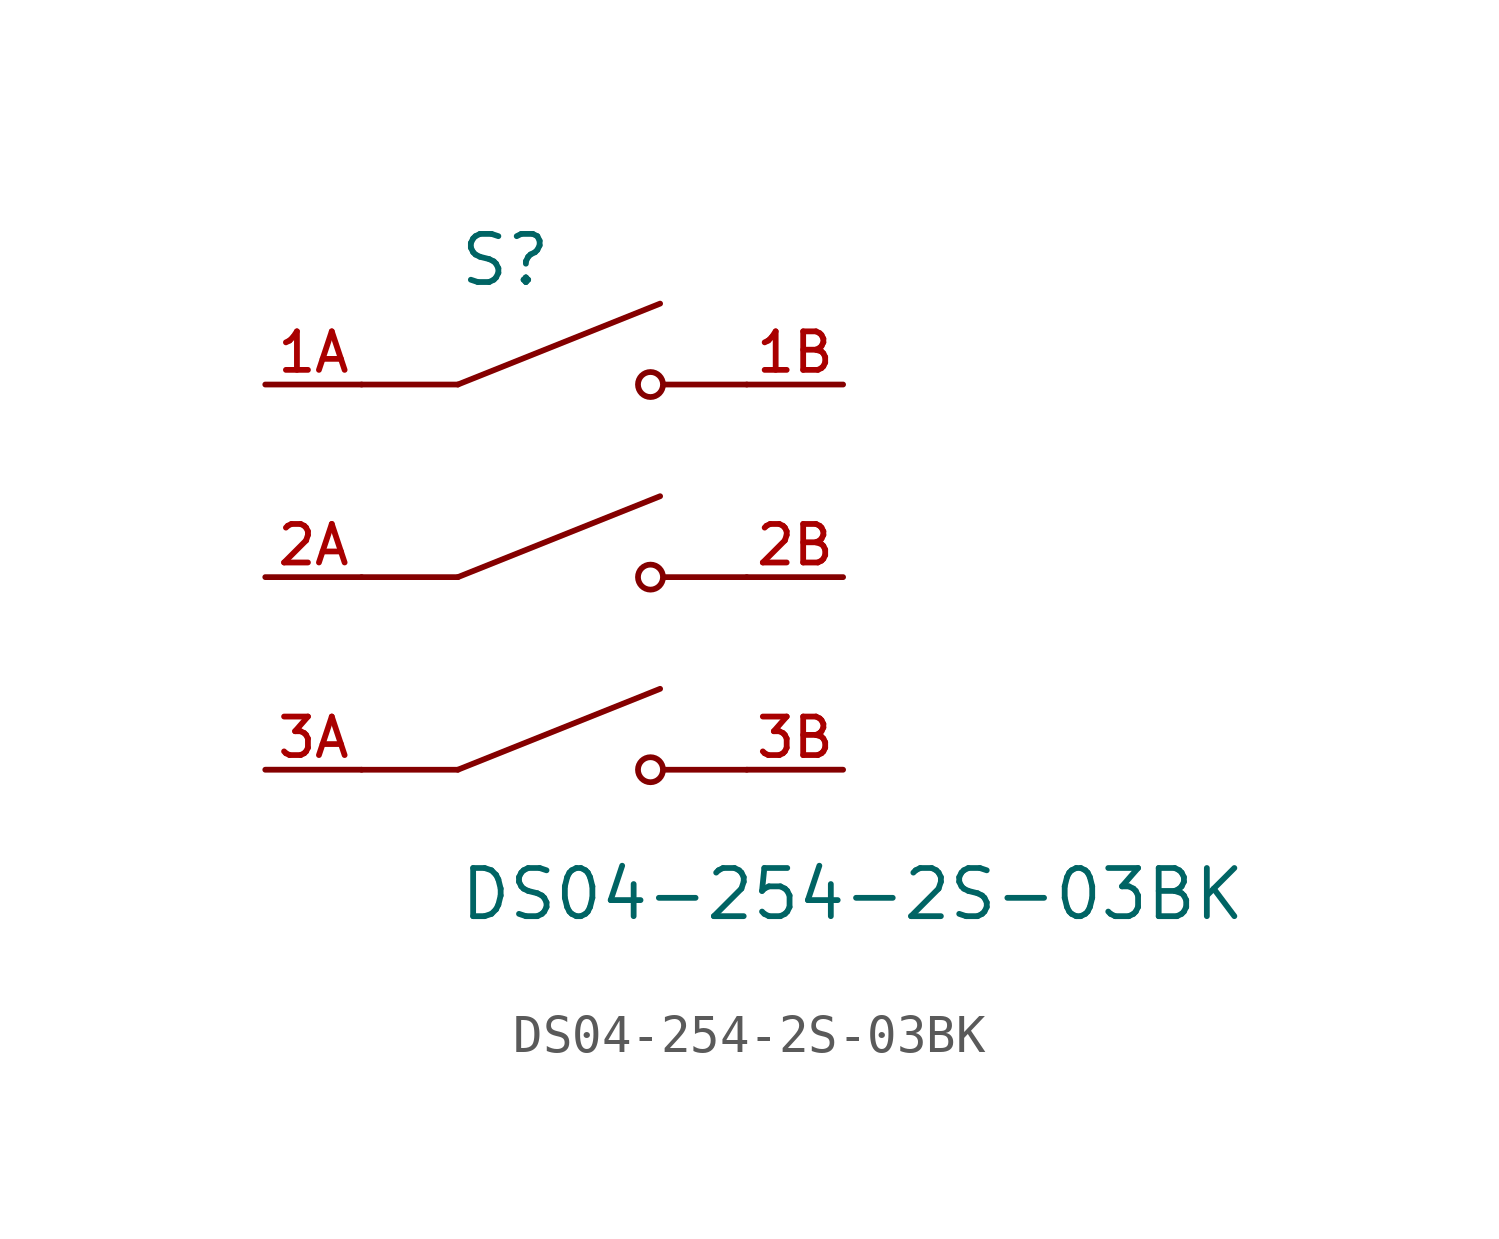
<source format=kicad_sym>
(kicad_symbol_lib
  (version 20211014)
  (generator kicad_symbol_editor)
  (symbol "DS04-254-2S-03BK"
    (pin_names
      (offset 1.016))
    (property "Reference" "S"
      (at -2.54 7.62 0)
      (effects (font (size 1.27 1.27)) (justify bottom left)))
    (property "Value" "DS04-254-2S-03BK"
      (at -2.54 -7.62 0)
      (effects (font (size 1.27 1.27)) (justify top left)))
    (symbol "DS04-254-2S-03BK_0_0"
      (polyline (pts (xy -2.54 5.08) (xy 2.794 7.214)) (stroke (width 0.152)))
      (circle (center 2.54 5.08) (radius 0.33) (stroke (width 0.152)) (fill (type none)))
      (polyline (pts (xy 5.08 5.08) (xy 2.921 5.08)) (stroke (width 0.152)))
      (polyline (pts (xy -2.54 5.08) (xy -5.08 5.08)) (stroke (width 0.152)))
      (polyline (pts (xy -2.54 0.0) (xy 2.794 2.134)) (stroke (width 0.152)))
      (circle (center 2.54 0.0) (radius 0.33) (stroke (width 0.152)) (fill (type none)))
      (polyline (pts (xy 5.08 0.0) (xy 2.921 0.0)) (stroke (width 0.152)))
      (polyline (pts (xy -2.54 0.0) (xy -5.08 0.0)) (stroke (width 0.152)))
      (polyline (pts (xy -2.54 -5.08) (xy 2.794 -2.946)) (stroke (width 0.152)))
      (circle (center 2.54 -5.08) (radius 0.33) (stroke (width 0.152)) (fill (type none)))
      (polyline (pts (xy 5.08 -5.08) (xy 2.921 -5.08)) (stroke (width 0.152)))
      (polyline (pts (xy -2.54 -5.08) (xy -5.08 -5.08)) (stroke (width 0.152)))
      (pin passive line (at -7.62 5.08 0) (length 2.54) (name "~" (effects (font (size 1.016 1.016)))) (number "1A" (effects (font (size 1.016 1.016)))))
      (pin passive line (at 7.62 5.08 180.0) (length 2.54) (name "~" (effects (font (size 1.016 1.016)))) (number "1B" (effects (font (size 1.016 1.016)))))
      (pin passive line (at -7.62 0.0 0) (length 2.54) (name "~" (effects (font (size 1.016 1.016)))) (number "2A" (effects (font (size 1.016 1.016)))))
      (pin passive line (at 7.62 0.0 180.0) (length 2.54) (name "~" (effects (font (size 1.016 1.016)))) (number "2B" (effects (font (size 1.016 1.016)))))
      (pin passive line (at -7.62 -5.08 0) (length 2.54) (name "~" (effects (font (size 1.016 1.016)))) (number "3A" (effects (font (size 1.016 1.016)))))
      (pin passive line (at 7.62 -5.08 180.0) (length 2.54) (name "~" (effects (font (size 1.016 1.016)))) (number "3B" (effects (font (size 1.016 1.016))))))))
</source>
